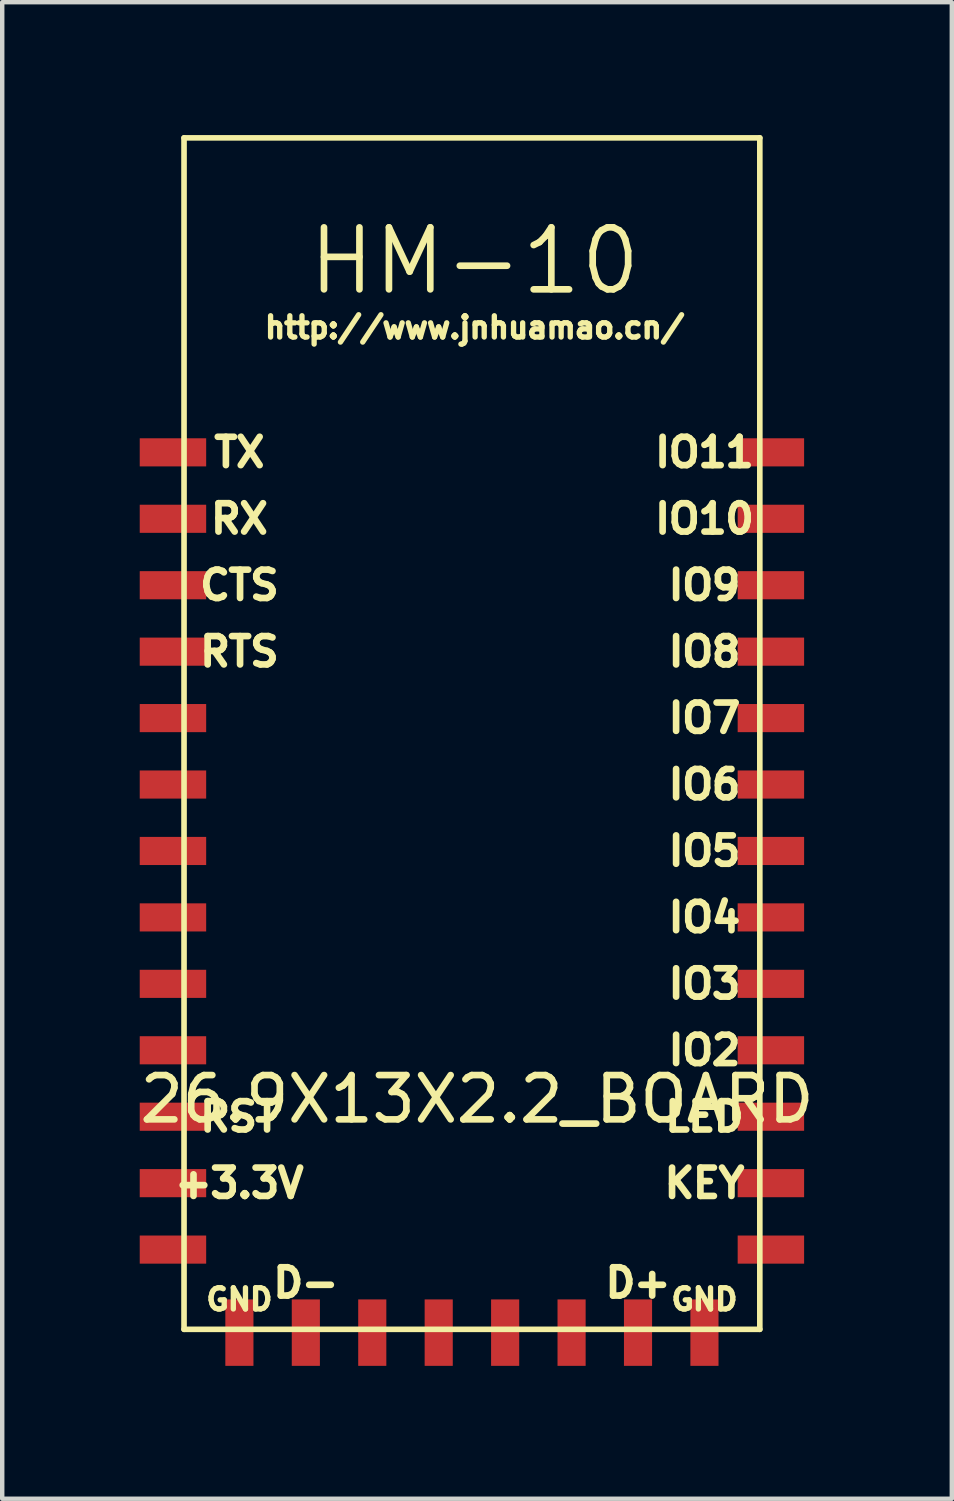
<source format=kicad_pcb>
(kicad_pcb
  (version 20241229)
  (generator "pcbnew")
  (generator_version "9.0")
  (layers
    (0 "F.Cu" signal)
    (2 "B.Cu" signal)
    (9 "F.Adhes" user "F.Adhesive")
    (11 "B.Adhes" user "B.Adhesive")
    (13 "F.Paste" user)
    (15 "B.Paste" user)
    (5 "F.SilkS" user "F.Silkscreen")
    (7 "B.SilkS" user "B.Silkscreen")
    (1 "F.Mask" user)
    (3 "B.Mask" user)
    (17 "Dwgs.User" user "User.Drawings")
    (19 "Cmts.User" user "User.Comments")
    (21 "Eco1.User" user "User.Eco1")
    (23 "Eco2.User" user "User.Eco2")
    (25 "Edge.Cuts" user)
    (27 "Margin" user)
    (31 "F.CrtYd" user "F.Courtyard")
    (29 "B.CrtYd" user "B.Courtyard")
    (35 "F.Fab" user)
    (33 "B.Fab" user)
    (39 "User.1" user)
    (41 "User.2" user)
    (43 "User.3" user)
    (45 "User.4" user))
  (footprint "26.9X13X2.2_BOARD"
    (layer "F.Cu")
    (at 8.355 7.163)
    (property "Reference" "26.9X13X2.2_BOARD" (at -0.635 14.605 180) (layer "F.SilkS") (effects (font (size 1 1) (thickness 0.15))))
    (attr smd)
    (fp_line (start -7.25 -7.1) (end 5.75 -7.1) (stroke (width 0.127) (type solid)) (layer "F.SilkS"))
    (fp_line (start -7.25 19.8) (end -7.25 -7.1) (stroke (width 0.127) (type solid)) (layer "F.SilkS"))
    (fp_line (start 5.75 -7.1) (end 5.75 19.8) (stroke (width 0.127) (type solid)) (layer "F.SilkS"))
    (fp_line (start 5.75 19.8) (end -7.25 19.8) (stroke (width 0.127) (type solid)) (layer "F.SilkS"))
    (fp_text user "D+" (at 3 18.75 0) (layer "F.SilkS") (effects (font (size 0.64 0.64) (thickness 0.15))))
    (fp_text user "http://www.jnhuamao.cn/" (at -0.69 -2.82 0) (layer "F.SilkS") (effects (font (size 0.48 0.48) (thickness 0.15))))
    (fp_text user "IO3" (at 4.5 12 0) (layer "F.SilkS") (effects (font (size 0.64 0.64) (thickness 0.15))))
    (fp_text user "IO4" (at 4.5 10.5 0) (layer "F.SilkS") (effects (font (size 0.64 0.64) (thickness 0.15))))
    (fp_text user "IO9" (at 4.5 3 0) (layer "F.SilkS") (effects (font (size 0.64 0.64) (thickness 0.15))))
    (fp_text user "KEY" (at 4.5 16.5 0) (layer "F.SilkS") (effects (font (size 0.64 0.64) (thickness 0.15))))
    (fp_text user "IO10" (at 4.5 1.5 0) (layer "F.SilkS") (effects (font (size 0.64 0.64) (thickness 0.15))))
    (fp_text user "RTS" (at -6 4.5 0) (layer "F.SilkS") (effects (font (size 0.64 0.64) (thickness 0.15))))
    (fp_text user "GND" (at -6 19.125 0) (layer "F.SilkS") (effects (font (size 0.48 0.48) (thickness 0.15))))
    (fp_text user "RX" (at -6 1.5 0) (layer "F.SilkS") (effects (font (size 0.64 0.64) (thickness 0.15))))
    (fp_text user "RST" (at -6 15 0) (layer "F.SilkS") (effects (font (size 0.64 0.64) (thickness 0.15))))
    (fp_text user "HM-10" (at -0.69 -4.32 0) (layer "F.SilkS") (effects (font (size 1.4 1.4) (thickness 0.15))))
    (fp_text user "D-" (at -4.5 18.75 0) (layer "F.SilkS") (effects (font (size 0.64 0.64) (thickness 0.15))))
    (fp_text user "IO6" (at 4.5 7.5 0) (layer "F.SilkS") (effects (font (size 0.64 0.64) (thickness 0.15))))
    (fp_text user "IO8" (at 4.5 4.5 0) (layer "F.SilkS") (effects (font (size 0.64 0.64) (thickness 0.15))))
    (fp_text user "GND" (at 4.5 19.125 0) (layer "F.SilkS") (effects (font (size 0.48 0.48) (thickness 0.15))))
    (fp_text user "IO7" (at 4.5 6 0) (layer "F.SilkS") (effects (font (size 0.64 0.64) (thickness 0.15))))
    (fp_text user "CTS" (at -6 3 0) (layer "F.SilkS") (effects (font (size 0.64 0.64) (thickness 0.15))))
    (fp_text user "LED" (at 4.5 15 0) (layer "F.SilkS") (effects (font (size 0.64 0.64) (thickness 0.15))))
    (fp_text user "+3.3V" (at -6 16.5 0) (layer "F.SilkS") (effects (font (size 0.64 0.64) (thickness 0.15))))
    (fp_text user "IO5" (at 4.5 9 0) (layer "F.SilkS") (effects (font (size 0.64 0.64) (thickness 0.15))))
    (fp_text user "IO11" (at 4.5 0 0) (layer "F.SilkS") (effects (font (size 0.64 0.64) (thickness 0.15))))
    (fp_text user "TX" (at -6 0 0) (layer "F.SilkS") (effects (font (size 0.64 0.64) (thickness 0.15))))
    (fp_text user "IO2" (at 4.5 13.5 0) (layer "F.SilkS") (effects (font (size 0.64 0.64) (thickness 0.15))))
    (pad "$7" smd rect (at -7.5 9) (size 1.5 0.635) (layers "F.Cu" "F.Mask" "F.Paste"))
    (pad "1" smd rect (at -7.5 0) (size 1.5 0.635) (layers "F.Cu" "F.Mask" "F.Paste"))
    (pad "2" smd rect (at -7.5 1.5) (size 1.5 0.635) (layers "F.Cu" "F.Mask" "F.Paste"))
    (pad "3" smd rect (at -7.5 3) (size 1.5 0.635) (layers "F.Cu" "F.Mask" "F.Paste"))
    (pad "4" smd rect (at -7.5 4.5) (size 1.5 0.635) (layers "F.Cu" "F.Mask" "F.Paste"))
    (pad "5" smd rect (at -7.5 6) (size 1.5 0.635) (layers "F.Cu" "F.Mask" "F.Paste"))
    (pad "6" smd rect (at -7.5 7.5) (size 1.5 0.635) (layers "F.Cu" "F.Mask" "F.Paste"))
    (pad "8" smd rect (at -7.5 10.5) (size 1.5 0.635) (layers "F.Cu" "F.Mask" "F.Paste"))
    (pad "9" smd rect (at -7.5 12) (size 1.5 0.635) (layers "F.Cu" "F.Mask" "F.Paste"))
    (pad "10" smd rect (at -7.5 13.5) (size 1.5 0.635) (layers "F.Cu" "F.Mask" "F.Paste"))
    (pad "11" smd rect (at -7.5 15) (size 1.5 0.635) (layers "F.Cu" "F.Mask" "F.Paste"))
    (pad "12" smd rect (at -7.5 16.5) (size 1.5 0.635) (layers "F.Cu" "F.Mask" "F.Paste"))
    (pad "13" smd rect (at -7.5 18) (size 1.5 0.635) (layers "F.Cu" "F.Mask" "F.Paste"))
    (pad "14" smd rect (at -6 19.875) (size 0.635 1.5) (layers "F.Cu" "F.Mask" "F.Paste"))
    (pad "15" smd rect (at -4.5 19.875) (size 0.635 1.5) (layers "F.Cu" "F.Mask" "F.Paste"))
    (pad "16" smd rect (at -3 19.875) (size 0.635 1.5) (layers "F.Cu" "F.Mask" "F.Paste"))
    (pad "17" smd rect (at -1.5 19.875) (size 0.635 1.5) (layers "F.Cu" "F.Mask" "F.Paste"))
    (pad "18" smd rect (at 0 19.875) (size 0.635 1.5) (layers "F.Cu" "F.Mask" "F.Paste"))
    (pad "19" smd rect (at 1.5 19.875) (size 0.635 1.5) (layers "F.Cu" "F.Mask" "F.Paste"))
    (pad "20" smd rect (at 3 19.875) (size 0.635 1.5) (layers "F.Cu" "F.Mask" "F.Paste"))
    (pad "21" smd rect (at 4.5 19.875) (size 0.635 1.5) (layers "F.Cu" "F.Mask" "F.Paste"))
    (pad "22" smd rect (at 6 18) (size 1.5 0.635) (layers "F.Cu" "F.Mask" "F.Paste"))
    (pad "23" smd rect (at 6 16.5) (size 1.5 0.635) (layers "F.Cu" "F.Mask" "F.Paste"))
    (pad "24" smd rect (at 6 15) (size 1.5 0.635) (layers "F.Cu" "F.Mask" "F.Paste"))
    (pad "25" smd rect (at 6 13.5) (size 1.5 0.635) (layers "F.Cu" "F.Mask" "F.Paste"))
    (pad "26" smd rect (at 6 12) (size 1.5 0.635) (layers "F.Cu" "F.Mask" "F.Paste"))
    (pad "27" smd rect (at 6 10.5) (size 1.5 0.635) (layers "F.Cu" "F.Mask" "F.Paste"))
    (pad "28" smd rect (at 6 9) (size 1.5 0.635) (layers "F.Cu" "F.Mask" "F.Paste"))
    (pad "29" smd rect (at 6 7.5) (size 1.5 0.635) (layers "F.Cu" "F.Mask" "F.Paste"))
    (pad "30" smd rect (at 6 6) (size 1.5 0.635) (layers "F.Cu" "F.Mask" "F.Paste"))
    (pad "31" smd rect (at 6 4.5) (size 1.5 0.635) (layers "F.Cu" "F.Mask" "F.Paste"))
    (pad "32" smd rect (at 6 3) (size 1.5 0.635) (layers "F.Cu" "F.Mask" "F.Paste"))
    (pad "33" smd rect (at 6 1.5) (size 1.5 0.635) (layers "F.Cu" "F.Mask" "F.Paste"))
    (pad "34" smd rect (at 6 0) (size 1.5 0.635) (layers "F.Cu" "F.Mask" "F.Paste")))
  (gr_rect
    (start -3 -3)
    (end 18.44 30.788)
    (stroke (width 0.1) (type default))
    (fill no)
    (layer "Edge.Cuts")))
</source>
